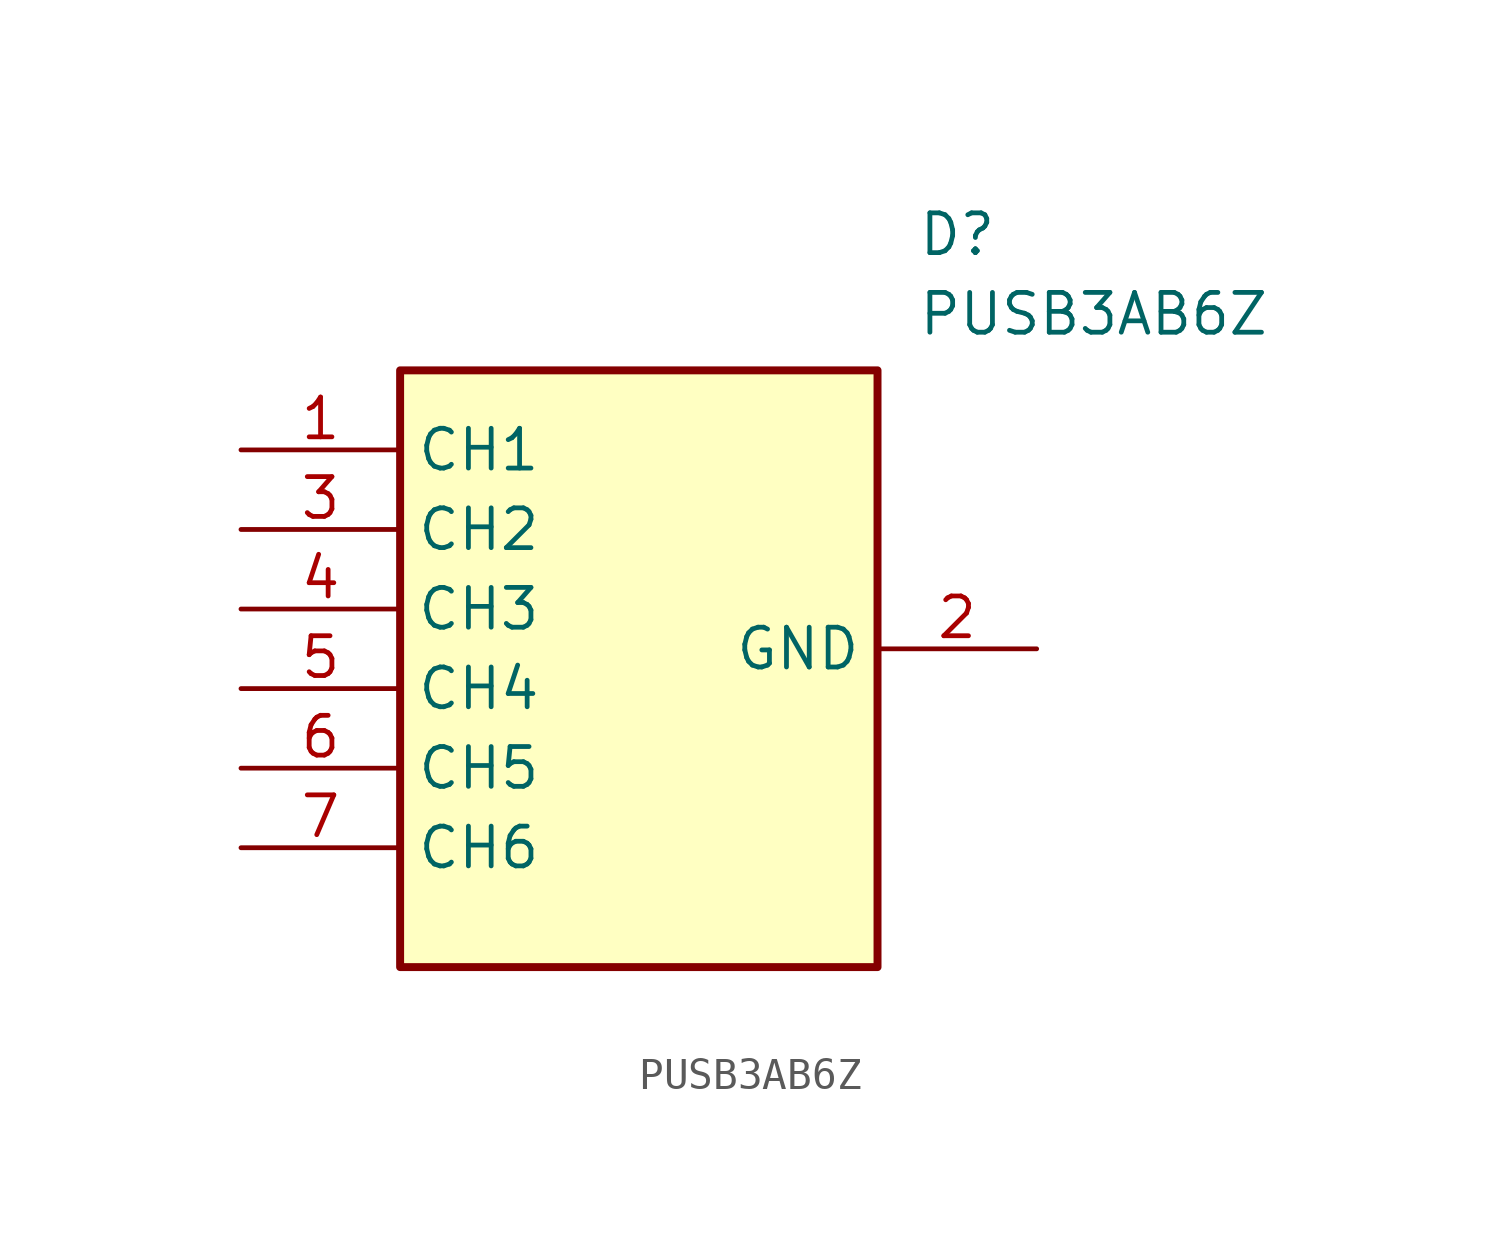
<source format=kicad_sym>
(kicad_symbol_lib
  (version 20231120)
  (generator "kicad_symbol_editor")
  (generator_version "8.0")
  (symbol "PUSB3AB6Z"
    (property "Reference" "D"
      (at 21.59 7.62 0)
      (effects (font (size 1.27 1.27)) (justify left top)))
    (property "Value" "PUSB3AB6Z"
      (at 21.59 5.08 0)
      (effects (font (size 1.27 1.27)) (justify left top)))
    (symbol "PUSB3AB6Z_1_1"
      (rectangle (start 5.08 2.54) (end 20.32 -16.51) (stroke (width 0.254) (type default)) (fill (type background)))
      (pin passive line (at 0 0 0) (length 5.08) (name "CH1" (effects (font (size 1.27 1.27)))) (number "1" (effects (font (size 1.27 1.27)))))
      (pin passive line (at 25.4 -6.35 180) (length 5.08) (name "GND" (effects (font (size 1.27 1.27)))) (number "2" (effects (font (size 1.27 1.27)))))
      (pin passive line (at 0 -2.54 0) (length 5.08) (name "CH2" (effects (font (size 1.27 1.27)))) (number "3" (effects (font (size 1.27 1.27)))))
      (pin passive line (at 0 -5.08 0) (length 5.08) (name "CH3" (effects (font (size 1.27 1.27)))) (number "4" (effects (font (size 1.27 1.27)))))
      (pin passive line (at 0 -7.62 0) (length 5.08) (name "CH4" (effects (font (size 1.27 1.27)))) (number "5" (effects (font (size 1.27 1.27)))))
      (pin passive line (at 0 -10.16 0) (length 5.08) (name "CH5" (effects (font (size 1.27 1.27)))) (number "6" (effects (font (size 1.27 1.27)))))
      (pin passive line (at 0 -12.7 0) (length 5.08) (name "CH6" (effects (font (size 1.27 1.27)))) (number "7" (effects (font (size 1.27 1.27))))))))
</source>
